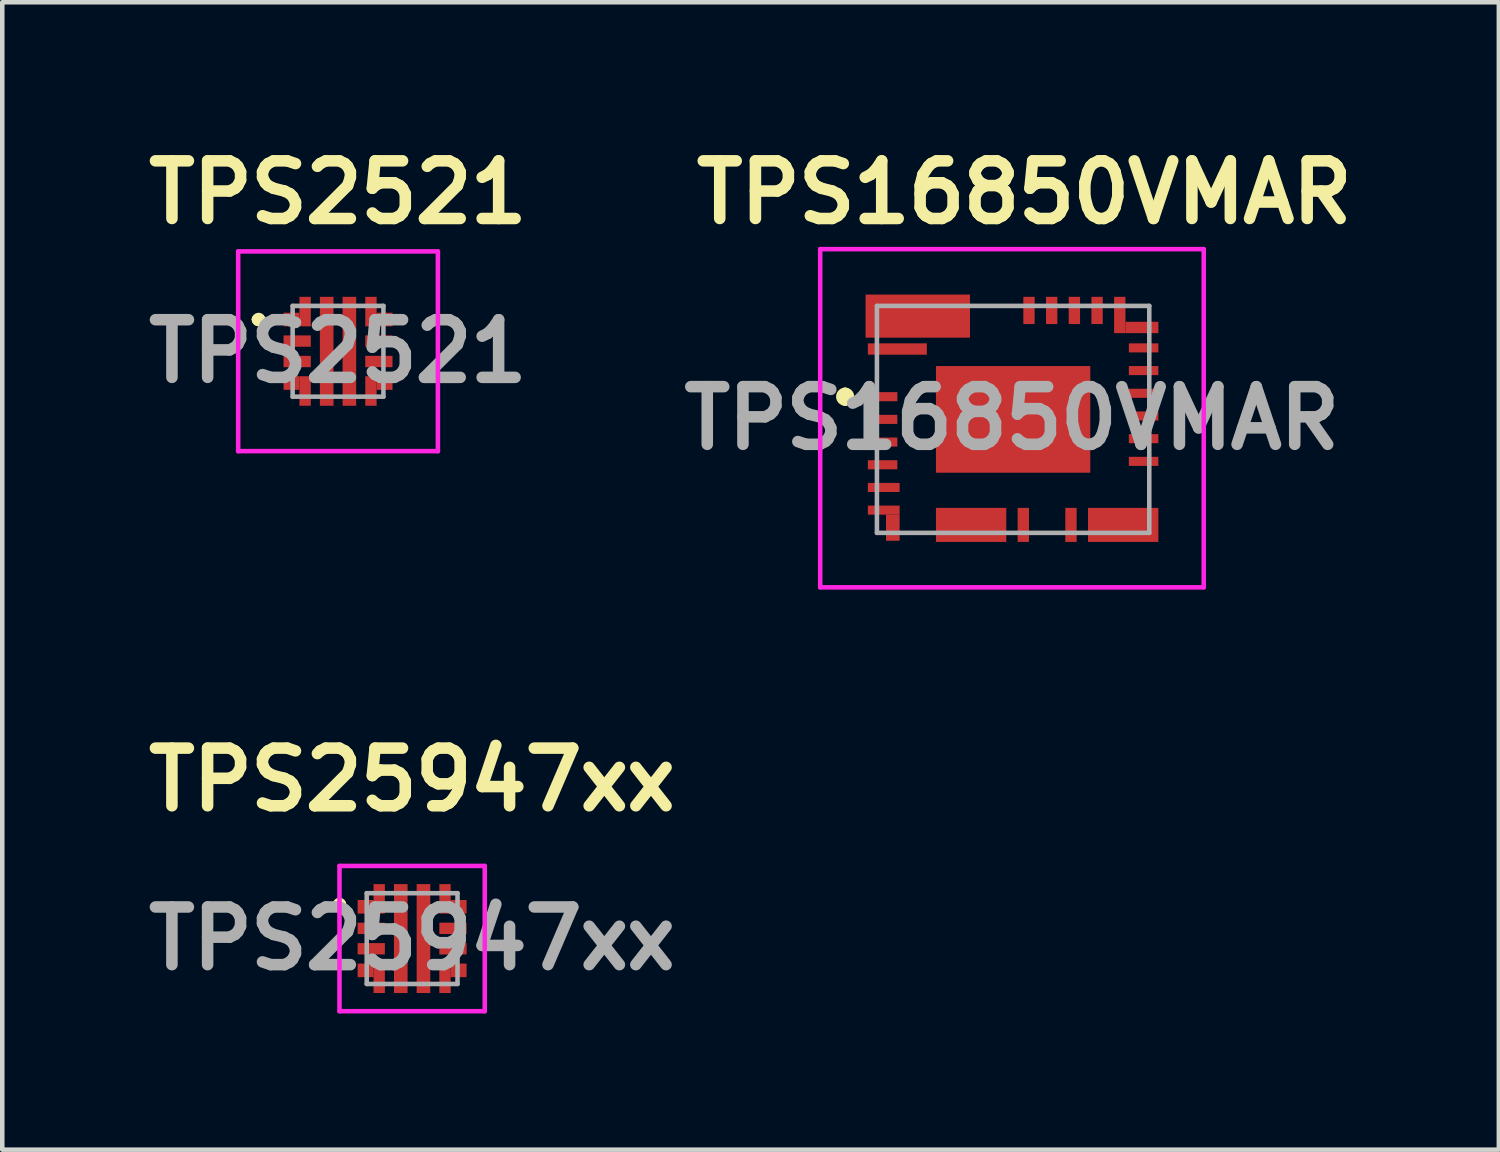
<source format=kicad_pcb>
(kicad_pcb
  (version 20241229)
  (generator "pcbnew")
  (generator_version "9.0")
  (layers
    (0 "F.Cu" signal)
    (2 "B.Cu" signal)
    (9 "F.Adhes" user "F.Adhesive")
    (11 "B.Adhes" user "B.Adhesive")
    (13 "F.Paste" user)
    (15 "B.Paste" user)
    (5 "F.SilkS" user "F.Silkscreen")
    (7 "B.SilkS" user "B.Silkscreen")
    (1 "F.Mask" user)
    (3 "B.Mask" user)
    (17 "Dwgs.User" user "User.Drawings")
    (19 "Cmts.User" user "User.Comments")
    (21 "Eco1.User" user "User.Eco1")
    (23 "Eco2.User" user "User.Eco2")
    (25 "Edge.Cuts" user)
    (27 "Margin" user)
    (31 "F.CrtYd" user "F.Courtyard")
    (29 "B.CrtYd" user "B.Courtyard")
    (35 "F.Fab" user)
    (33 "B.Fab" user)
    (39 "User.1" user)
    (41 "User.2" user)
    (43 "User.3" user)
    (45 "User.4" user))
  (footprint "TPS25947xx"
    (layer "F.Cu")
    (at 6.029 17.627)
    (property "Reference" "TPS25947xx" (at 0 -3.5 0) (layer "F.SilkS") (effects (font (size 1.27 1.27) (thickness 0.254))))
    (attr smd)
    (fp_arc (start -1.65 -0.75) (mid -1.6 -0.8) (end -1.55 -0.75) (stroke (width 0.2) (type solid)) (layer "F.SilkS"))
    (fp_arc (start -1.55 -0.75) (mid -1.6 -0.7) (end -1.65 -0.75) (stroke (width 0.2) (type solid)) (layer "F.SilkS"))
    (fp_line (start -1.6 -1.6) (end 1.6 -1.6) (stroke (width 0.1) (type solid)) (layer "F.CrtYd"))
    (fp_line (start -1.6 1.6) (end -1.6 -1.6) (stroke (width 0.1) (type solid)) (layer "F.CrtYd"))
    (fp_line (start 1.6 -1.6) (end 1.6 1.6) (stroke (width 0.1) (type solid)) (layer "F.CrtYd"))
    (fp_line (start 1.6 1.6) (end -1.6 1.6) (stroke (width 0.1) (type solid)) (layer "F.CrtYd"))
    (fp_line (start -1 -1) (end -1 1) (stroke (width 0.1) (type solid)) (layer "F.Fab"))
    (fp_line (start -1 1) (end 1 1) (stroke (width 0.1) (type solid)) (layer "F.Fab"))
    (fp_line (start 1 -1) (end -1 -1) (stroke (width 0.1) (type solid)) (layer "F.Fab"))
    (fp_line (start 1 1) (end 1 -1) (stroke (width 0.1) (type solid)) (layer "F.Fab"))
    (fp_text user "${REFERENCE}" (at 0 0 0) (layer "F.Fab") (effects (font (size 1.27 1.27) (thickness 0.254))))
    (pad "1" smd rect (at -1.025 -0.7 90) (size 0.3 0.35) (layers "F.Cu" "F.Mask" "F.Paste"))
    (pad "1" smd rect (at -0.725 -0.875) (size 0.25 0.65) (layers "F.Cu" "F.Mask" "F.Paste"))
    (pad "2" smd rect (at -0.9 -0.225 90) (size 0.25 0.6) (layers "F.Cu" "F.Mask" "F.Paste"))
    (pad "3" smd rect (at -0.9 0.225 90) (size 0.25 0.6) (layers "F.Cu" "F.Mask" "F.Paste"))
    (pad "4" smd rect (at -1.025 0.7 90) (size 0.3 0.35) (layers "F.Cu" "F.Mask" "F.Paste"))
    (pad "4" smd rect (at -0.725 0.875) (size 0.25 0.65) (layers "F.Cu" "F.Mask" "F.Paste"))
    (pad "5" smd rect (at -0.25 0) (size 0.3 2.4) (layers "F.Cu" "F.Mask" "F.Paste"))
    (pad "6" smd rect (at 0.25 0) (size 0.3 2.4) (layers "F.Cu" "F.Mask" "F.Paste"))
    (pad "7" smd rect (at 0.725 0.875) (size 0.25 0.65) (layers "F.Cu" "F.Mask" "F.Paste"))
    (pad "7" smd rect (at 1.025 0.7 90) (size 0.3 0.35) (layers "F.Cu" "F.Mask" "F.Paste"))
    (pad "8" smd rect (at 0.9 0.225 90) (size 0.25 0.6) (layers "F.Cu" "F.Mask" "F.Paste"))
    (pad "9" smd rect (at 0.9 -0.225 90) (size 0.25 0.6) (layers "F.Cu" "F.Mask" "F.Paste"))
    (pad "10" smd rect (at 0.725 -0.875) (size 0.25 0.65) (layers "F.Cu" "F.Mask" "F.Paste"))
    (pad "10" smd rect (at 1.025 -0.7 90) (size 0.3 0.35) (layers "F.Cu" "F.Mask" "F.Paste")))
  (footprint "TPS2521"
    (layer "F.Cu")
    (at 4.397 4.689)
    (property "Reference" "TPS2521" (at 0 -3.5 0) (layer "F.SilkS") (effects (font (size 1.27 1.27) (thickness 0.254))))
    (attr smd)
    (fp_line (start -1.8 -0.7) (end -1.8 -0.7) (stroke (width 0.2) (type solid)) (layer "F.SilkS"))
    (fp_line (start -1.8 -0.7) (end -1.8 -0.7) (stroke (width 0.2) (type solid)) (layer "F.SilkS"))
    (fp_line (start -1.7 -0.7) (end -1.7 -0.7) (stroke (width 0.2) (type solid)) (layer "F.SilkS"))
    (fp_arc (start -1.8 -0.7) (mid -1.75 -0.75) (end -1.7 -0.7) (stroke (width 0.2) (type solid)) (layer "F.SilkS"))
    (fp_arc (start -1.7 -0.7) (mid -1.75 -0.65) (end -1.8 -0.7) (stroke (width 0.2) (type solid)) (layer "F.SilkS"))
    (fp_arc (start -1.7 -0.7) (mid -1.75 -0.65) (end -1.8 -0.7) (stroke (width 0.2) (type solid)) (layer "F.SilkS"))
    (fp_line (start -2.2 -2.2) (end 2.2 -2.2) (stroke (width 0.1) (type solid)) (layer "F.CrtYd"))
    (fp_line (start -2.2 2.2) (end -2.2 -2.2) (stroke (width 0.1) (type solid)) (layer "F.CrtYd"))
    (fp_line (start 2.2 -2.2) (end 2.2 2.2) (stroke (width 0.1) (type solid)) (layer "F.CrtYd"))
    (fp_line (start 2.2 2.2) (end -2.2 2.2) (stroke (width 0.1) (type solid)) (layer "F.CrtYd"))
    (fp_line (start -1 -1) (end -1 1) (stroke (width 0.1) (type solid)) (layer "F.Fab"))
    (fp_line (start -1 1) (end 1 1) (stroke (width 0.1) (type solid)) (layer "F.Fab"))
    (fp_line (start 1 -1) (end -1 -1) (stroke (width 0.1) (type solid)) (layer "F.Fab"))
    (fp_line (start 1 1) (end 1 -1) (stroke (width 0.1) (type solid)) (layer "F.Fab"))
    (fp_text user "${REFERENCE}" (at 0 0 0) (layer "F.Fab") (effects (font (size 1.27 1.27) (thickness 0.254))))
    (pad "1" smd rect (at -1.025 -0.7 90) (size 0.3 0.35) (layers "F.Cu" "F.Mask" "F.Paste"))
    (pad "1" smd rect (at -0.725 -0.875) (size 0.25 0.65) (layers "F.Cu" "F.Mask" "F.Paste"))
    (pad "2" smd rect (at -0.9 -0.225 90) (size 0.25 0.6) (layers "F.Cu" "F.Mask" "F.Paste"))
    (pad "3" smd rect (at -0.9 0.225 90) (size 0.25 0.6) (layers "F.Cu" "F.Mask" "F.Paste"))
    (pad "4" smd rect (at -1.025 0.7 90) (size 0.3 0.35) (layers "F.Cu" "F.Mask" "F.Paste"))
    (pad "4" smd rect (at -0.725 0.875) (size 0.25 0.65) (layers "F.Cu" "F.Mask" "F.Paste"))
    (pad "5" smd rect (at -0.25 0) (size 0.3 2.4) (layers "F.Cu" "F.Mask" "F.Paste"))
    (pad "6" smd rect (at 0.25 0) (size 0.3 2.4) (layers "F.Cu" "F.Mask" "F.Paste"))
    (pad "7" smd rect (at 0.725 0.875) (size 0.25 0.65) (layers "F.Cu" "F.Mask" "F.Paste"))
    (pad "7" smd rect (at 1.025 0.7 90) (size 0.3 0.35) (layers "F.Cu" "F.Mask" "F.Paste"))
    (pad "8" smd rect (at 0.9 0.225 90) (size 0.25 0.6) (layers "F.Cu" "F.Mask" "F.Paste"))
    (pad "9" smd rect (at 0.9 -0.225 90) (size 0.25 0.6) (layers "F.Cu" "F.Mask" "F.Paste"))
    (pad "10" smd rect (at 0.725 -0.875) (size 0.25 0.65) (layers "F.Cu" "F.Mask" "F.Paste"))
    (pad "10" smd rect (at 1.025 -0.7 90) (size 0.3 0.35) (layers "F.Cu" "F.Mask" "F.Paste")))
  (footprint "TPS16850VMAR"
    (layer "F.Cu")
    (at 19.269 6.189)
    (property "Reference" "TPS16850VMAR" (at 0.25 -5 0) (layer "F.SilkS") (effects (font (size 1.27 1.27) (thickness 0.254))))
    (attr smd)
    (fp_line (start -3.7 -0.6) (end -3.7 -0.6) (stroke (width 0.2) (type solid)) (layer "F.SilkS"))
    (fp_line (start -3.7 -0.4) (end -3.7 -0.4) (stroke (width 0.2) (type solid)) (layer "F.SilkS"))
    (fp_arc (start -3.7 -0.6) (mid -3.6 -0.5) (end -3.7 -0.4) (stroke (width 0.2) (type solid)) (layer "F.SilkS"))
    (fp_arc (start -3.7 -0.4) (mid -3.8 -0.5) (end -3.7 -0.6) (stroke (width 0.2) (type solid)) (layer "F.SilkS"))
    (fp_line (start -4.25 -3.75) (end 4.2 -3.75) (stroke (width 0.1) (type solid)) (layer "F.CrtYd"))
    (fp_line (start -4.25 3.7) (end -4.25 -3.75) (stroke (width 0.1) (type solid)) (layer "F.CrtYd"))
    (fp_line (start 4.2 -3.75) (end 4.2 3.7) (stroke (width 0.1) (type solid)) (layer "F.CrtYd"))
    (fp_line (start 4.2 3.7) (end -4.25 3.7) (stroke (width 0.1) (type solid)) (layer "F.CrtYd"))
    (fp_line (start -3 -2.5) (end 3 -2.5) (stroke (width 0.1) (type solid)) (layer "F.Fab"))
    (fp_line (start -3 2.5) (end -3 -2.5) (stroke (width 0.1) (type solid)) (layer "F.Fab"))
    (fp_line (start 3 -2.5) (end 3 2.5) (stroke (width 0.1) (type solid)) (layer "F.Fab"))
    (fp_line (start 3 2.5) (end -3 2.5) (stroke (width 0.1) (type solid)) (layer "F.Fab"))
    (fp_text user "${REFERENCE}" (at -0.025 -0.025 0) (layer "F.Fab") (effects (font (size 1.27 1.27) (thickness 0.254))))
    (pad "1" smd rect (at -2.875 -0.5 90) (size 0.2 0.65) (layers "F.Cu" "F.Mask" "F.Paste"))
    (pad "2" smd rect (at -2.875 0 90) (size 0.2 0.65) (layers "F.Cu" "F.Mask" "F.Paste"))
    (pad "3" smd rect (at -2.875 0.5 90) (size 0.2 0.65) (layers "F.Cu" "F.Mask" "F.Paste"))
    (pad "4" smd rect (at -2.875 1 90) (size 0.2 0.65) (layers "F.Cu" "F.Mask" "F.Paste"))
    (pad "5" smd rect (at -2.85 1.5 90) (size 0.2 0.7) (layers "F.Cu" "F.Mask" "F.Paste"))
    (pad "6" smd rect (at -2.85 2 90) (size 0.2 0.7) (layers "F.Cu" "F.Mask" "F.Paste"))
    (pad "6" smd rect (at -2.65 2.387) (size 0.3 0.575) (layers "F.Cu" "F.Mask" "F.Paste"))
    (pad "7" smd rect (at -0.925 2.325 90) (size 0.75 1.55) (layers "F.Cu" "F.Mask" "F.Paste"))
    (pad "8" smd rect (at 0.225 2.325) (size 0.25 0.75) (layers "F.Cu" "F.Mask" "F.Paste"))
    (pad "9" smd rect (at 1.275 2.325) (size 0.25 0.75) (layers "F.Cu" "F.Mask" "F.Paste"))
    (pad "10" smd rect (at 2.425 2.325 90) (size 0.75 1.55) (layers "F.Cu" "F.Mask" "F.Paste"))
    (pad "11" smd rect (at 2.875 0.925 90) (size 0.2 0.65) (layers "F.Cu" "F.Mask" "F.Paste"))
    (pad "12" smd rect (at 2.875 0.425 90) (size 0.2 0.65) (layers "F.Cu" "F.Mask" "F.Paste"))
    (pad "13" smd rect (at 2.875 -0.075 90) (size 0.2 0.65) (layers "F.Cu" "F.Mask" "F.Paste"))
    (pad "14" smd rect (at 2.875 -0.575 90) (size 0.2 0.65) (layers "F.Cu" "F.Mask" "F.Paste"))
    (pad "15" smd rect (at 2.875 -1.075 90) (size 0.2 0.65) (layers "F.Cu" "F.Mask" "F.Paste"))
    (pad "16" smd rect (at 2.875 -1.575 90) (size 0.2 0.65) (layers "F.Cu" "F.Mask" "F.Paste"))
    (pad "17" smd rect (at 2.35 -2.3) (size 0.25 0.8) (layers "F.Cu" "F.Mask" "F.Paste"))
    (pad "17" smd rect (at 2.838 -2.025 90) (size 0.25 0.725) (layers "F.Cu" "F.Mask" "F.Paste"))
    (pad "18" smd rect (at 1.85 -2.4) (size 0.25 0.6) (layers "F.Cu" "F.Mask" "F.Paste"))
    (pad "19" smd rect (at 1.35 -2.4) (size 0.25 0.6) (layers "F.Cu" "F.Mask" "F.Paste"))
    (pad "20" smd rect (at 0.85 -2.4) (size 0.25 0.6) (layers "F.Cu" "F.Mask" "F.Paste"))
    (pad "21" smd rect (at 0.35 -2.4) (size 0.25 0.6) (layers "F.Cu" "F.Mask" "F.Paste"))
    (pad "22" smd rect (at -2.1 -2.275 90) (size 0.95 2.3) (layers "F.Cu" "F.Mask" "F.Paste"))
    (pad "23" smd rect (at -2.55 -1.55 90) (size 0.25 1.3) (layers "F.Cu" "F.Mask" "F.Paste"))
    (pad "24" smd rect (at 0 0 90) (size 2.35 3.4) (layers "F.Cu" "F.Mask" "F.Paste")))
  (gr_rect
    (start -3 -3)
    (end 29.97 22.277)
    (stroke (width 0.1) (type default))
    (fill no)
    (layer "Edge.Cuts")))
</source>
